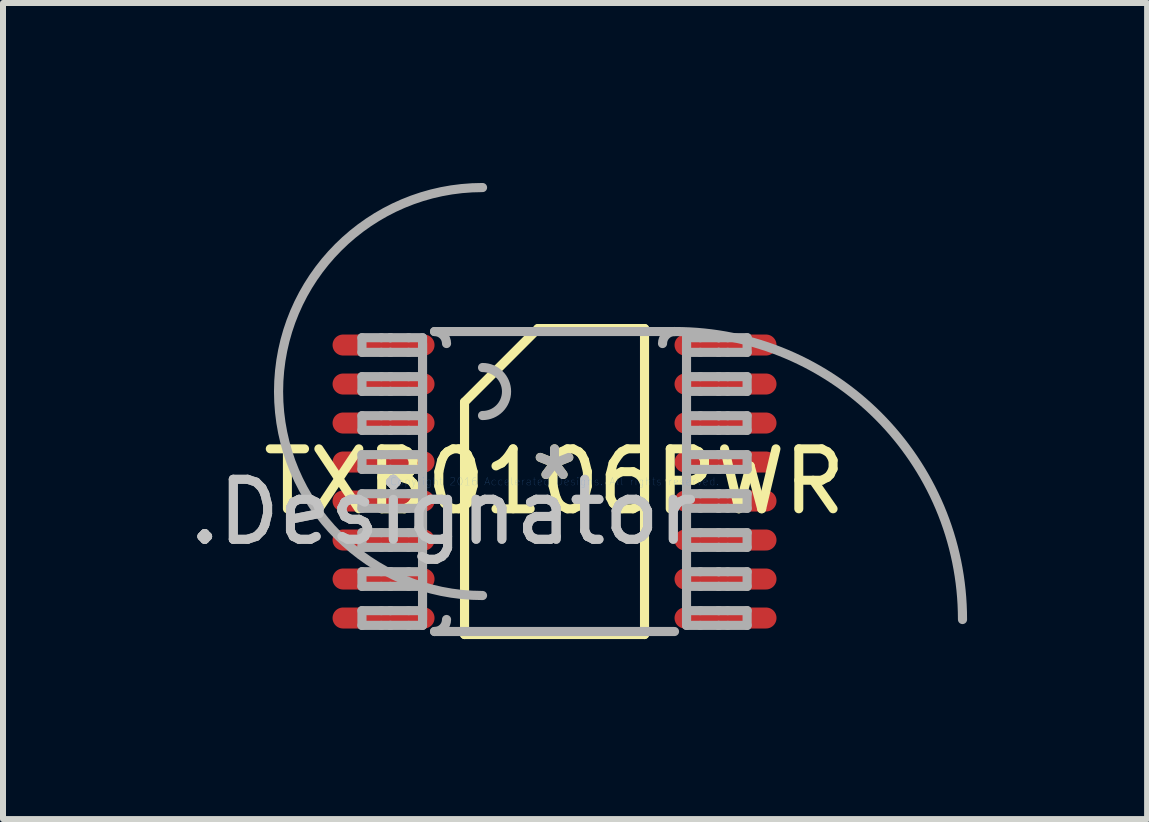
<source format=kicad_pcb>
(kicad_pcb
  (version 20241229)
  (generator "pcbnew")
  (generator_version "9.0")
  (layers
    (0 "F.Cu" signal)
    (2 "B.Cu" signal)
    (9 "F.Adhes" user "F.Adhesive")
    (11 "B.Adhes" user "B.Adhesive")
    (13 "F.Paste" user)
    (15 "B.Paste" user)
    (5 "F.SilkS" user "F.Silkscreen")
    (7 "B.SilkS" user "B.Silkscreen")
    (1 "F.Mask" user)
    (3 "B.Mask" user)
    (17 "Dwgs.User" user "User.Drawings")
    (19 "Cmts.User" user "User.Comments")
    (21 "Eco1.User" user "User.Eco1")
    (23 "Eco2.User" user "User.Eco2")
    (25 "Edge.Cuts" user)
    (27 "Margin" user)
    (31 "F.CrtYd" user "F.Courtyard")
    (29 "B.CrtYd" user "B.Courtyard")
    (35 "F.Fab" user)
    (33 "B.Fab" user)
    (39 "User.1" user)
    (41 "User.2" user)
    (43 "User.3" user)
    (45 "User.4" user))
  (footprint "TXB0106PWR"
    (layer "F.Cu")
    (at 6.193 4.976)
    (property "Reference" "TXB0106PWR" (at 0 0 0) (layer "F.SilkS") (effects (font (size 1 1) (thickness 0.15))))
    (attr through_hole)
    (fp_line (start -1.5 -1.325) (end -0.275 -2.55) (stroke (width 0.152) (type solid)) (layer "F.SilkS"))
    (fp_line (start -1.5 2.55) (end -1.5 -1.325) (stroke (width 0.152) (type solid)) (layer "F.SilkS"))
    (fp_line (start -1.5 2.55) (end 1.5 2.55) (stroke (width 0.152) (type solid)) (layer "F.SilkS"))
    (fp_line (start -0.275 -2.55) (end 1.5 -2.55) (stroke (width 0.152) (type solid)) (layer "F.SilkS"))
    (fp_line (start 1.5 2.55) (end 1.5 -2.55) (stroke (width 0.152) (type solid)) (layer "F.SilkS"))
    (fp_line (start -3.21 -2.397) (end -2.887 -2.397) (stroke (width 0.152) (type solid)) (layer "F.Fab"))
    (fp_line (start -3.21 -2.153) (end -3.21 -2.397) (stroke (width 0.152) (type solid)) (layer "F.Fab"))
    (fp_line (start -3.21 -2.153) (end -2.887 -2.153) (stroke (width 0.152) (type solid)) (layer "F.Fab"))
    (fp_line (start -3.21 -1.748) (end -2.887 -1.748) (stroke (width 0.152) (type solid)) (layer "F.Fab"))
    (fp_line (start -3.21 -1.502) (end -3.21 -1.748) (stroke (width 0.152) (type solid)) (layer "F.Fab"))
    (fp_line (start -3.21 -1.502) (end -2.887 -1.502) (stroke (width 0.152) (type solid)) (layer "F.Fab"))
    (fp_line (start -3.21 -1.097) (end -2.887 -1.097) (stroke (width 0.152) (type solid)) (layer "F.Fab"))
    (fp_line (start -3.21 -0.853) (end -3.21 -1.097) (stroke (width 0.152) (type solid)) (layer "F.Fab"))
    (fp_line (start -3.21 -0.853) (end -2.887 -0.853) (stroke (width 0.152) (type solid)) (layer "F.Fab"))
    (fp_line (start -3.21 -0.448) (end -2.887 -0.448) (stroke (width 0.152) (type solid)) (layer "F.Fab"))
    (fp_line (start -3.21 -0.202) (end -3.21 -0.448) (stroke (width 0.152) (type solid)) (layer "F.Fab"))
    (fp_line (start -3.21 -0.202) (end -2.887 -0.202) (stroke (width 0.152) (type solid)) (layer "F.Fab"))
    (fp_line (start -3.21 0.203) (end -2.887 0.203) (stroke (width 0.152) (type solid)) (layer "F.Fab"))
    (fp_line (start -3.21 0.447) (end -3.21 0.203) (stroke (width 0.152) (type solid)) (layer "F.Fab"))
    (fp_line (start -3.21 0.447) (end -2.887 0.447) (stroke (width 0.152) (type solid)) (layer "F.Fab"))
    (fp_line (start -3.21 0.852) (end -2.887 0.852) (stroke (width 0.152) (type solid)) (layer "F.Fab"))
    (fp_line (start -3.21 1.098) (end -3.21 0.852) (stroke (width 0.152) (type solid)) (layer "F.Fab"))
    (fp_line (start -3.21 1.098) (end -2.887 1.098) (stroke (width 0.152) (type solid)) (layer "F.Fab"))
    (fp_line (start -3.21 1.503) (end -2.887 1.503) (stroke (width 0.152) (type solid)) (layer "F.Fab"))
    (fp_line (start -3.21 1.748) (end -3.21 1.503) (stroke (width 0.152) (type solid)) (layer "F.Fab"))
    (fp_line (start -3.21 1.748) (end -2.887 1.748) (stroke (width 0.152) (type solid)) (layer "F.Fab"))
    (fp_line (start -3.21 2.152) (end -2.887 2.152) (stroke (width 0.152) (type solid)) (layer "F.Fab"))
    (fp_line (start -3.21 2.398) (end -3.21 2.152) (stroke (width 0.152) (type solid)) (layer "F.Fab"))
    (fp_line (start -3.21 2.398) (end -2.887 2.398) (stroke (width 0.152) (type solid)) (layer "F.Fab"))
    (fp_line (start -2.887 -2.397) (end -2.739 -2.397) (stroke (width 0.152) (type solid)) (layer "F.Fab"))
    (fp_line (start -2.887 -2.153) (end -2.739 -2.153) (stroke (width 0.152) (type solid)) (layer "F.Fab"))
    (fp_line (start -2.887 -1.748) (end -2.739 -1.748) (stroke (width 0.152) (type solid)) (layer "F.Fab"))
    (fp_line (start -2.887 -1.502) (end -2.739 -1.502) (stroke (width 0.152) (type solid)) (layer "F.Fab"))
    (fp_line (start -2.887 -1.097) (end -2.739 -1.097) (stroke (width 0.152) (type solid)) (layer "F.Fab"))
    (fp_line (start -2.887 -0.853) (end -2.739 -0.853) (stroke (width 0.152) (type solid)) (layer "F.Fab"))
    (fp_line (start -2.887 -0.448) (end -2.739 -0.448) (stroke (width 0.152) (type solid)) (layer "F.Fab"))
    (fp_line (start -2.887 -0.202) (end -2.739 -0.202) (stroke (width 0.152) (type solid)) (layer "F.Fab"))
    (fp_line (start -2.887 0.203) (end -2.739 0.203) (stroke (width 0.152) (type solid)) (layer "F.Fab"))
    (fp_line (start -2.887 0.447) (end -2.739 0.447) (stroke (width 0.152) (type solid)) (layer "F.Fab"))
    (fp_line (start -2.887 0.852) (end -2.739 0.852) (stroke (width 0.152) (type solid)) (layer "F.Fab"))
    (fp_line (start -2.887 1.098) (end -2.739 1.098) (stroke (width 0.152) (type solid)) (layer "F.Fab"))
    (fp_line (start -2.887 1.503) (end -2.739 1.503) (stroke (width 0.152) (type solid)) (layer "F.Fab"))
    (fp_line (start -2.887 1.748) (end -2.739 1.748) (stroke (width 0.152) (type solid)) (layer "F.Fab"))
    (fp_line (start -2.887 2.152) (end -2.739 2.152) (stroke (width 0.152) (type solid)) (layer "F.Fab"))
    (fp_line (start -2.887 2.398) (end -2.739 2.398) (stroke (width 0.152) (type solid)) (layer "F.Fab"))
    (fp_line (start -2.739 -2.397) (end -2.733 -2.397) (stroke (width 0.152) (type solid)) (layer "F.Fab"))
    (fp_line (start -2.739 -2.153) (end -2.733 -2.153) (stroke (width 0.152) (type solid)) (layer "F.Fab"))
    (fp_line (start -2.739 -1.748) (end -2.733 -1.748) (stroke (width 0.152) (type solid)) (layer "F.Fab"))
    (fp_line (start -2.739 -1.502) (end -2.733 -1.502) (stroke (width 0.152) (type solid)) (layer "F.Fab"))
    (fp_line (start -2.739 -1.097) (end -2.733 -1.097) (stroke (width 0.152) (type solid)) (layer "F.Fab"))
    (fp_line (start -2.739 -0.853) (end -2.733 -0.853) (stroke (width 0.152) (type solid)) (layer "F.Fab"))
    (fp_line (start -2.739 -0.448) (end -2.733 -0.448) (stroke (width 0.152) (type solid)) (layer "F.Fab"))
    (fp_line (start -2.739 -0.202) (end -2.733 -0.202) (stroke (width 0.152) (type solid)) (layer "F.Fab"))
    (fp_line (start -2.739 0.203) (end -2.733 0.203) (stroke (width 0.152) (type solid)) (layer "F.Fab"))
    (fp_line (start -2.739 0.447) (end -2.733 0.447) (stroke (width 0.152) (type solid)) (layer "F.Fab"))
    (fp_line (start -2.739 0.852) (end -2.733 0.852) (stroke (width 0.152) (type solid)) (layer "F.Fab"))
    (fp_line (start -2.739 1.098) (end -2.733 1.098) (stroke (width 0.152) (type solid)) (layer "F.Fab"))
    (fp_line (start -2.739 1.503) (end -2.733 1.503) (stroke (width 0.152) (type solid)) (layer "F.Fab"))
    (fp_line (start -2.739 1.748) (end -2.733 1.748) (stroke (width 0.152) (type solid)) (layer "F.Fab"))
    (fp_line (start -2.739 2.152) (end -2.733 2.152) (stroke (width 0.152) (type solid)) (layer "F.Fab"))
    (fp_line (start -2.739 2.398) (end -2.733 2.398) (stroke (width 0.152) (type solid)) (layer "F.Fab"))
    (fp_line (start -2.733 -2.397) (end -2.431 -2.397) (stroke (width 0.152) (type solid)) (layer "F.Fab"))
    (fp_line (start -2.733 -2.153) (end -2.431 -2.153) (stroke (width 0.152) (type solid)) (layer "F.Fab"))
    (fp_line (start -2.733 -1.748) (end -2.431 -1.748) (stroke (width 0.152) (type solid)) (layer "F.Fab"))
    (fp_line (start -2.733 -1.502) (end -2.431 -1.502) (stroke (width 0.152) (type solid)) (layer "F.Fab"))
    (fp_line (start -2.733 -1.097) (end -2.431 -1.097) (stroke (width 0.152) (type solid)) (layer "F.Fab"))
    (fp_line (start -2.733 -0.853) (end -2.431 -0.853) (stroke (width 0.152) (type solid)) (layer "F.Fab"))
    (fp_line (start -2.733 -0.448) (end -2.431 -0.448) (stroke (width 0.152) (type solid)) (layer "F.Fab"))
    (fp_line (start -2.733 -0.202) (end -2.431 -0.202) (stroke (width 0.152) (type solid)) (layer "F.Fab"))
    (fp_line (start -2.733 0.203) (end -2.431 0.203) (stroke (width 0.152) (type solid)) (layer "F.Fab"))
    (fp_line (start -2.733 0.447) (end -2.431 0.447) (stroke (width 0.152) (type solid)) (layer "F.Fab"))
    (fp_line (start -2.733 0.852) (end -2.431 0.852) (stroke (width 0.152) (type solid)) (layer "F.Fab"))
    (fp_line (start -2.733 1.098) (end -2.431 1.098) (stroke (width 0.152) (type solid)) (layer "F.Fab"))
    (fp_line (start -2.733 1.503) (end -2.431 1.503) (stroke (width 0.152) (type solid)) (layer "F.Fab"))
    (fp_line (start -2.733 1.748) (end -2.431 1.748) (stroke (width 0.152) (type solid)) (layer "F.Fab"))
    (fp_line (start -2.733 2.152) (end -2.431 2.152) (stroke (width 0.152) (type solid)) (layer "F.Fab"))
    (fp_line (start -2.733 2.398) (end -2.431 2.398) (stroke (width 0.152) (type solid)) (layer "F.Fab"))
    (fp_line (start -2.431 -2.397) (end -2.2 -2.397) (stroke (width 0.152) (type solid)) (layer "F.Fab"))
    (fp_line (start -2.431 -2.153) (end -2.2 -2.153) (stroke (width 0.152) (type solid)) (layer "F.Fab"))
    (fp_line (start -2.431 -1.748) (end -2.2 -1.748) (stroke (width 0.152) (type solid)) (layer "F.Fab"))
    (fp_line (start -2.431 -1.502) (end -2.2 -1.502) (stroke (width 0.152) (type solid)) (layer "F.Fab"))
    (fp_line (start -2.431 -1.097) (end -2.2 -1.097) (stroke (width 0.152) (type solid)) (layer "F.Fab"))
    (fp_line (start -2.431 -0.853) (end -2.2 -0.853) (stroke (width 0.152) (type solid)) (layer "F.Fab"))
    (fp_line (start -2.431 -0.448) (end -2.2 -0.448) (stroke (width 0.152) (type solid)) (layer "F.Fab"))
    (fp_line (start -2.431 -0.202) (end -2.2 -0.202) (stroke (width 0.152) (type solid)) (layer "F.Fab"))
    (fp_line (start -2.431 0.203) (end -2.2 0.203) (stroke (width 0.152) (type solid)) (layer "F.Fab"))
    (fp_line (start -2.431 0.447) (end -2.2 0.447) (stroke (width 0.152) (type solid)) (layer "F.Fab"))
    (fp_line (start -2.431 0.852) (end -2.2 0.852) (stroke (width 0.152) (type solid)) (layer "F.Fab"))
    (fp_line (start -2.431 1.098) (end -2.2 1.098) (stroke (width 0.152) (type solid)) (layer "F.Fab"))
    (fp_line (start -2.431 1.503) (end -2.2 1.503) (stroke (width 0.152) (type solid)) (layer "F.Fab"))
    (fp_line (start -2.431 1.748) (end -2.2 1.748) (stroke (width 0.152) (type solid)) (layer "F.Fab"))
    (fp_line (start -2.431 2.152) (end -2.2 2.152) (stroke (width 0.152) (type solid)) (layer "F.Fab"))
    (fp_line (start -2.431 2.398) (end -2.2 2.398) (stroke (width 0.152) (type solid)) (layer "F.Fab"))
    (fp_line (start -2.2 -2.153) (end -2.2 -2.397) (stroke (width 0.152) (type solid)) (layer "F.Fab"))
    (fp_line (start -2.2 -1.502) (end -2.2 -1.748) (stroke (width 0.152) (type solid)) (layer "F.Fab"))
    (fp_line (start -2.2 -0.853) (end -2.2 -1.097) (stroke (width 0.152) (type solid)) (layer "F.Fab"))
    (fp_line (start -2.2 -0.202) (end -2.2 -0.448) (stroke (width 0.152) (type solid)) (layer "F.Fab"))
    (fp_line (start -2.2 0.447) (end -2.2 0.203) (stroke (width 0.152) (type solid)) (layer "F.Fab"))
    (fp_line (start -2.2 1.098) (end -2.2 0.852) (stroke (width 0.152) (type solid)) (layer "F.Fab"))
    (fp_line (start -2.2 1.748) (end -2.2 1.503) (stroke (width 0.152) (type solid)) (layer "F.Fab"))
    (fp_line (start -2.2 2.3) (end -2.2 -2.3) (stroke (width 0.152) (type solid)) (layer "F.Fab"))
    (fp_line (start -2.2 2.398) (end -2.2 2.152) (stroke (width 0.152) (type solid)) (layer "F.Fab"))
    (fp_line (start -2 -2.5) (end 2 -2.5) (stroke (width 0.152) (type solid)) (layer "F.Fab"))
    (fp_line (start -2 2.5) (end 2 2.5) (stroke (width 0.152) (type solid)) (layer "F.Fab"))
    (fp_line (start 2.2 -2.397) (end 2.43 -2.397) (stroke (width 0.152) (type solid)) (layer "F.Fab"))
    (fp_line (start 2.2 -2.153) (end 2.2 -2.397) (stroke (width 0.152) (type solid)) (layer "F.Fab"))
    (fp_line (start 2.2 -2.153) (end 2.43 -2.153) (stroke (width 0.152) (type solid)) (layer "F.Fab"))
    (fp_line (start 2.2 -1.748) (end 2.43 -1.748) (stroke (width 0.152) (type solid)) (layer "F.Fab"))
    (fp_line (start 2.2 -1.502) (end 2.2 -1.748) (stroke (width 0.152) (type solid)) (layer "F.Fab"))
    (fp_line (start 2.2 -1.502) (end 2.43 -1.502) (stroke (width 0.152) (type solid)) (layer "F.Fab"))
    (fp_line (start 2.2 -1.097) (end 2.43 -1.097) (stroke (width 0.152) (type solid)) (layer "F.Fab"))
    (fp_line (start 2.2 -0.853) (end 2.2 -1.097) (stroke (width 0.152) (type solid)) (layer "F.Fab"))
    (fp_line (start 2.2 -0.853) (end 2.43 -0.853) (stroke (width 0.152) (type solid)) (layer "F.Fab"))
    (fp_line (start 2.2 -0.448) (end 2.43 -0.448) (stroke (width 0.152) (type solid)) (layer "F.Fab"))
    (fp_line (start 2.2 -0.202) (end 2.2 -0.448) (stroke (width 0.152) (type solid)) (layer "F.Fab"))
    (fp_line (start 2.2 -0.202) (end 2.43 -0.202) (stroke (width 0.152) (type solid)) (layer "F.Fab"))
    (fp_line (start 2.2 0.203) (end 2.43 0.203) (stroke (width 0.152) (type solid)) (layer "F.Fab"))
    (fp_line (start 2.2 0.447) (end 2.2 0.203) (stroke (width 0.152) (type solid)) (layer "F.Fab"))
    (fp_line (start 2.2 0.447) (end 2.43 0.447) (stroke (width 0.152) (type solid)) (layer "F.Fab"))
    (fp_line (start 2.2 0.852) (end 2.43 0.852) (stroke (width 0.152) (type solid)) (layer "F.Fab"))
    (fp_line (start 2.2 1.098) (end 2.2 0.852) (stroke (width 0.152) (type solid)) (layer "F.Fab"))
    (fp_line (start 2.2 1.098) (end 2.43 1.098) (stroke (width 0.152) (type solid)) (layer "F.Fab"))
    (fp_line (start 2.2 1.503) (end 2.43 1.503) (stroke (width 0.152) (type solid)) (layer "F.Fab"))
    (fp_line (start 2.2 1.748) (end 2.2 1.503) (stroke (width 0.152) (type solid)) (layer "F.Fab"))
    (fp_line (start 2.2 1.748) (end 2.43 1.748) (stroke (width 0.152) (type solid)) (layer "F.Fab"))
    (fp_line (start 2.2 2.152) (end 2.43 2.152) (stroke (width 0.152) (type solid)) (layer "F.Fab"))
    (fp_line (start 2.2 2.3) (end 2.2 -2.3) (stroke (width 0.152) (type solid)) (layer "F.Fab"))
    (fp_line (start 2.2 2.398) (end 2.2 2.152) (stroke (width 0.152) (type solid)) (layer "F.Fab"))
    (fp_line (start 2.2 2.398) (end 2.43 2.398) (stroke (width 0.152) (type solid)) (layer "F.Fab"))
    (fp_line (start 2.43 -2.397) (end 2.733 -2.397) (stroke (width 0.152) (type solid)) (layer "F.Fab"))
    (fp_line (start 2.43 -2.153) (end 2.733 -2.153) (stroke (width 0.152) (type solid)) (layer "F.Fab"))
    (fp_line (start 2.43 -1.748) (end 2.733 -1.748) (stroke (width 0.152) (type solid)) (layer "F.Fab"))
    (fp_line (start 2.43 -1.502) (end 2.733 -1.502) (stroke (width 0.152) (type solid)) (layer "F.Fab"))
    (fp_line (start 2.43 -1.097) (end 2.733 -1.097) (stroke (width 0.152) (type solid)) (layer "F.Fab"))
    (fp_line (start 2.43 -0.853) (end 2.733 -0.853) (stroke (width 0.152) (type solid)) (layer "F.Fab"))
    (fp_line (start 2.43 -0.448) (end 2.733 -0.448) (stroke (width 0.152) (type solid)) (layer "F.Fab"))
    (fp_line (start 2.43 -0.202) (end 2.733 -0.202) (stroke (width 0.152) (type solid)) (layer "F.Fab"))
    (fp_line (start 2.43 0.203) (end 2.733 0.203) (stroke (width 0.152) (type solid)) (layer "F.Fab"))
    (fp_line (start 2.43 0.447) (end 2.733 0.447) (stroke (width 0.152) (type solid)) (layer "F.Fab"))
    (fp_line (start 2.43 0.852) (end 2.733 0.852) (stroke (width 0.152) (type solid)) (layer "F.Fab"))
    (fp_line (start 2.43 1.098) (end 2.733 1.098) (stroke (width 0.152) (type solid)) (layer "F.Fab"))
    (fp_line (start 2.43 1.503) (end 2.733 1.503) (stroke (width 0.152) (type solid)) (layer "F.Fab"))
    (fp_line (start 2.43 1.748) (end 2.733 1.748) (stroke (width 0.152) (type solid)) (layer "F.Fab"))
    (fp_line (start 2.43 2.152) (end 2.733 2.152) (stroke (width 0.152) (type solid)) (layer "F.Fab"))
    (fp_line (start 2.43 2.398) (end 2.733 2.398) (stroke (width 0.152) (type solid)) (layer "F.Fab"))
    (fp_line (start 2.733 -2.397) (end 2.739 -2.397) (stroke (width 0.152) (type solid)) (layer "F.Fab"))
    (fp_line (start 2.733 -2.153) (end 2.739 -2.153) (stroke (width 0.152) (type solid)) (layer "F.Fab"))
    (fp_line (start 2.733 -1.748) (end 2.739 -1.748) (stroke (width 0.152) (type solid)) (layer "F.Fab"))
    (fp_line (start 2.733 -1.502) (end 2.739 -1.502) (stroke (width 0.152) (type solid)) (layer "F.Fab"))
    (fp_line (start 2.733 -1.097) (end 2.739 -1.097) (stroke (width 0.152) (type solid)) (layer "F.Fab"))
    (fp_line (start 2.733 -0.853) (end 2.739 -0.853) (stroke (width 0.152) (type solid)) (layer "F.Fab"))
    (fp_line (start 2.733 -0.448) (end 2.739 -0.448) (stroke (width 0.152) (type solid)) (layer "F.Fab"))
    (fp_line (start 2.733 -0.202) (end 2.739 -0.202) (stroke (width 0.152) (type solid)) (layer "F.Fab"))
    (fp_line (start 2.733 0.203) (end 2.739 0.203) (stroke (width 0.152) (type solid)) (layer "F.Fab"))
    (fp_line (start 2.733 0.447) (end 2.739 0.447) (stroke (width 0.152) (type solid)) (layer "F.Fab"))
    (fp_line (start 2.733 0.852) (end 2.739 0.852) (stroke (width 0.152) (type solid)) (layer "F.Fab"))
    (fp_line (start 2.733 1.098) (end 2.739 1.098) (stroke (width 0.152) (type solid)) (layer "F.Fab"))
    (fp_line (start 2.733 1.503) (end 2.739 1.503) (stroke (width 0.152) (type solid)) (layer "F.Fab"))
    (fp_line (start 2.733 1.748) (end 2.739 1.748) (stroke (width 0.152) (type solid)) (layer "F.Fab"))
    (fp_line (start 2.733 2.152) (end 2.739 2.152) (stroke (width 0.152) (type solid)) (layer "F.Fab"))
    (fp_line (start 2.733 2.398) (end 2.739 2.398) (stroke (width 0.152) (type solid)) (layer "F.Fab"))
    (fp_line (start 2.739 -2.397) (end 2.887 -2.397) (stroke (width 0.152) (type solid)) (layer "F.Fab"))
    (fp_line (start 2.739 -2.153) (end 2.887 -2.153) (stroke (width 0.152) (type solid)) (layer "F.Fab"))
    (fp_line (start 2.739 -1.748) (end 2.887 -1.748) (stroke (width 0.152) (type solid)) (layer "F.Fab"))
    (fp_line (start 2.739 -1.502) (end 2.887 -1.502) (stroke (width 0.152) (type solid)) (layer "F.Fab"))
    (fp_line (start 2.739 -1.097) (end 2.887 -1.097) (stroke (width 0.152) (type solid)) (layer "F.Fab"))
    (fp_line (start 2.739 -0.853) (end 2.887 -0.853) (stroke (width 0.152) (type solid)) (layer "F.Fab"))
    (fp_line (start 2.739 -0.448) (end 2.887 -0.448) (stroke (width 0.152) (type solid)) (layer "F.Fab"))
    (fp_line (start 2.739 -0.202) (end 2.887 -0.202) (stroke (width 0.152) (type solid)) (layer "F.Fab"))
    (fp_line (start 2.739 0.203) (end 2.887 0.203) (stroke (width 0.152) (type solid)) (layer "F.Fab"))
    (fp_line (start 2.739 0.447) (end 2.887 0.447) (stroke (width 0.152) (type solid)) (layer "F.Fab"))
    (fp_line (start 2.739 0.852) (end 2.887 0.852) (stroke (width 0.152) (type solid)) (layer "F.Fab"))
    (fp_line (start 2.739 1.098) (end 2.887 1.098) (stroke (width 0.152) (type solid)) (layer "F.Fab"))
    (fp_line (start 2.739 1.503) (end 2.887 1.503) (stroke (width 0.152) (type solid)) (layer "F.Fab"))
    (fp_line (start 2.739 1.748) (end 2.887 1.748) (stroke (width 0.152) (type solid)) (layer "F.Fab"))
    (fp_line (start 2.739 2.152) (end 2.887 2.152) (stroke (width 0.152) (type solid)) (layer "F.Fab"))
    (fp_line (start 2.739 2.398) (end 2.887 2.398) (stroke (width 0.152) (type solid)) (layer "F.Fab"))
    (fp_line (start 2.887 -2.397) (end 3.21 -2.397) (stroke (width 0.152) (type solid)) (layer "F.Fab"))
    (fp_line (start 2.887 -2.153) (end 3.21 -2.153) (stroke (width 0.152) (type solid)) (layer "F.Fab"))
    (fp_line (start 2.887 -1.748) (end 3.21 -1.748) (stroke (width 0.152) (type solid)) (layer "F.Fab"))
    (fp_line (start 2.887 -1.502) (end 3.21 -1.502) (stroke (width 0.152) (type solid)) (layer "F.Fab"))
    (fp_line (start 2.887 -1.097) (end 3.21 -1.097) (stroke (width 0.152) (type solid)) (layer "F.Fab"))
    (fp_line (start 2.887 -0.853) (end 3.21 -0.853) (stroke (width 0.152) (type solid)) (layer "F.Fab"))
    (fp_line (start 2.887 -0.448) (end 3.21 -0.448) (stroke (width 0.152) (type solid)) (layer "F.Fab"))
    (fp_line (start 2.887 -0.202) (end 3.21 -0.202) (stroke (width 0.152) (type solid)) (layer "F.Fab"))
    (fp_line (start 2.887 0.203) (end 3.21 0.203) (stroke (width 0.152) (type solid)) (layer "F.Fab"))
    (fp_line (start 2.887 0.447) (end 3.21 0.447) (stroke (width 0.152) (type solid)) (layer "F.Fab"))
    (fp_line (start 2.887 0.852) (end 3.21 0.852) (stroke (width 0.152) (type solid)) (layer "F.Fab"))
    (fp_line (start 2.887 1.098) (end 3.21 1.098) (stroke (width 0.152) (type solid)) (layer "F.Fab"))
    (fp_line (start 2.887 1.503) (end 3.21 1.503) (stroke (width 0.152) (type solid)) (layer "F.Fab"))
    (fp_line (start 2.887 1.748) (end 3.21 1.748) (stroke (width 0.152) (type solid)) (layer "F.Fab"))
    (fp_line (start 2.887 2.152) (end 3.21 2.152) (stroke (width 0.152) (type solid)) (layer "F.Fab"))
    (fp_line (start 2.887 2.398) (end 3.21 2.398) (stroke (width 0.152) (type solid)) (layer "F.Fab"))
    (fp_line (start 3.21 -2.153) (end 3.21 -2.397) (stroke (width 0.152) (type solid)) (layer "F.Fab"))
    (fp_line (start 3.21 -1.502) (end 3.21 -1.748) (stroke (width 0.152) (type solid)) (layer "F.Fab"))
    (fp_line (start 3.21 -0.853) (end 3.21 -1.097) (stroke (width 0.152) (type solid)) (layer "F.Fab"))
    (fp_line (start 3.21 -0.202) (end 3.21 -0.448) (stroke (width 0.152) (type solid)) (layer "F.Fab"))
    (fp_line (start 3.21 0.447) (end 3.21 0.203) (stroke (width 0.152) (type solid)) (layer "F.Fab"))
    (fp_line (start 3.21 1.098) (end 3.21 0.852) (stroke (width 0.152) (type solid)) (layer "F.Fab"))
    (fp_line (start 3.21 1.748) (end 3.21 1.503) (stroke (width 0.152) (type solid)) (layer "F.Fab"))
    (fp_line (start 3.21 2.398) (end 3.21 2.152) (stroke (width 0.152) (type solid)) (layer "F.Fab"))
    (fp_arc (start -2.000001 -2.5) (mid -1.85858 -2.441421) (end -1.800001 -2.3) (stroke (width 0.1524) (type solid)) (layer "F.Fab"))
    (fp_arc (start -1.800001 2.300016) (mid -1.85858 2.441437) (end -2.000001 2.500016) (stroke (width 0.1524) (type solid)) (layer "F.Fab"))
    (fp_arc (start -1.200003 -1.900001) (mid -0.800004 -1.500002) (end -1.200003 -1.100003) (stroke (width 0.1524) (type solid)) (layer "F.Fab"))
    (fp_arc (start -1.200003 1.900001) (mid -4.600006 -1.500002) (end -1.200003 -4.900005) (stroke (width 0.1524) (type solid)) (layer "F.Fab"))
    (fp_arc (start 1.799991 -2.3) (mid 1.85857 -2.441421) (end 1.999991 -2.5) (stroke (width 0.1524) (type solid)) (layer "F.Fab"))
    (fp_arc (start 1.999991 -2.500015) (mid 5.394125 -1.094118) (end 6.800022 2.300016) (stroke (width 0.1524) (type solid)) (layer "F.Fab"))
    (fp_text user "*" (at 0 0 0) (layer "F.SilkS") (effects (font (size 1 1) (thickness 0.15))))
    (fp_text user ".Designator" (at -1.854 0.508 0) (layer "Dwgs.User") (effects (font (size 1 1) (thickness 0.15))))
    (fp_text user "Copyright 2016 Accelerated Designs. All rights reserved." (at 0 0 0) (layer "Cmts.User") (effects (font (size 0.127 0.127) (thickness 0.002))))
    (fp_text user "*" (at 0 0 0) (layer "F.Fab") (effects (font (size 1 1) (thickness 0.15))))
    (fp_text user ".Designator" (at -1.854 0.508 0) (layer "F.Fab") (effects (font (size 1 1) (thickness 0.15))))
    (pad "1" smd oval (at -2.85 -2.275 90) (size 0.35 1.7) (layers "F.Cu" "F.Mask" "F.Paste"))
    (pad "2" smd oval (at -2.85 -1.625 90) (size 0.35 1.7) (layers "F.Cu" "F.Mask" "F.Paste"))
    (pad "3" smd oval (at -2.85 -0.975 90) (size 0.35 1.7) (layers "F.Cu" "F.Mask" "F.Paste"))
    (pad "4" smd oval (at -2.85 -0.325 90) (size 0.35 1.7) (layers "F.Cu" "F.Mask" "F.Paste"))
    (pad "5" smd oval (at -2.85 0.325 90) (size 0.35 1.7) (layers "F.Cu" "F.Mask" "F.Paste"))
    (pad "6" smd oval (at -2.85 0.975 90) (size 0.35 1.7) (layers "F.Cu" "F.Mask" "F.Paste"))
    (pad "7" smd oval (at -2.85 1.625 90) (size 0.35 1.7) (layers "F.Cu" "F.Mask" "F.Paste"))
    (pad "8" smd oval (at -2.85 2.275 90) (size 0.35 1.7) (layers "F.Cu" "F.Mask" "F.Paste"))
    (pad "9" smd oval (at 2.85 2.275 90) (size 0.35 1.7) (layers "F.Cu" "F.Mask" "F.Paste"))
    (pad "10" smd oval (at 2.85 1.625 90) (size 0.35 1.7) (layers "F.Cu" "F.Mask" "F.Paste"))
    (pad "11" smd oval (at 2.85 0.975 90) (size 0.35 1.7) (layers "F.Cu" "F.Mask" "F.Paste"))
    (pad "12" smd oval (at 2.85 0.325 90) (size 0.35 1.7) (layers "F.Cu" "F.Mask" "F.Paste"))
    (pad "13" smd oval (at 2.85 -0.325 90) (size 0.35 1.7) (layers "F.Cu" "F.Mask" "F.Paste"))
    (pad "14" smd oval (at 2.85 -0.975 90) (size 0.35 1.7) (layers "F.Cu" "F.Mask" "F.Paste"))
    (pad "15" smd oval (at 2.85 -1.625 90) (size 0.35 1.7) (layers "F.Cu" "F.Mask" "F.Paste"))
    (pad "16" smd oval (at 2.85 -2.275 90) (size 0.35 1.7) (layers "F.Cu" "F.Mask" "F.Paste")))
  (gr_rect
    (start -3 -3)
    (end 16.07 10.602)
    (stroke (width 0.1) (type default))
    (fill no)
    (layer "Edge.Cuts")))
</source>
